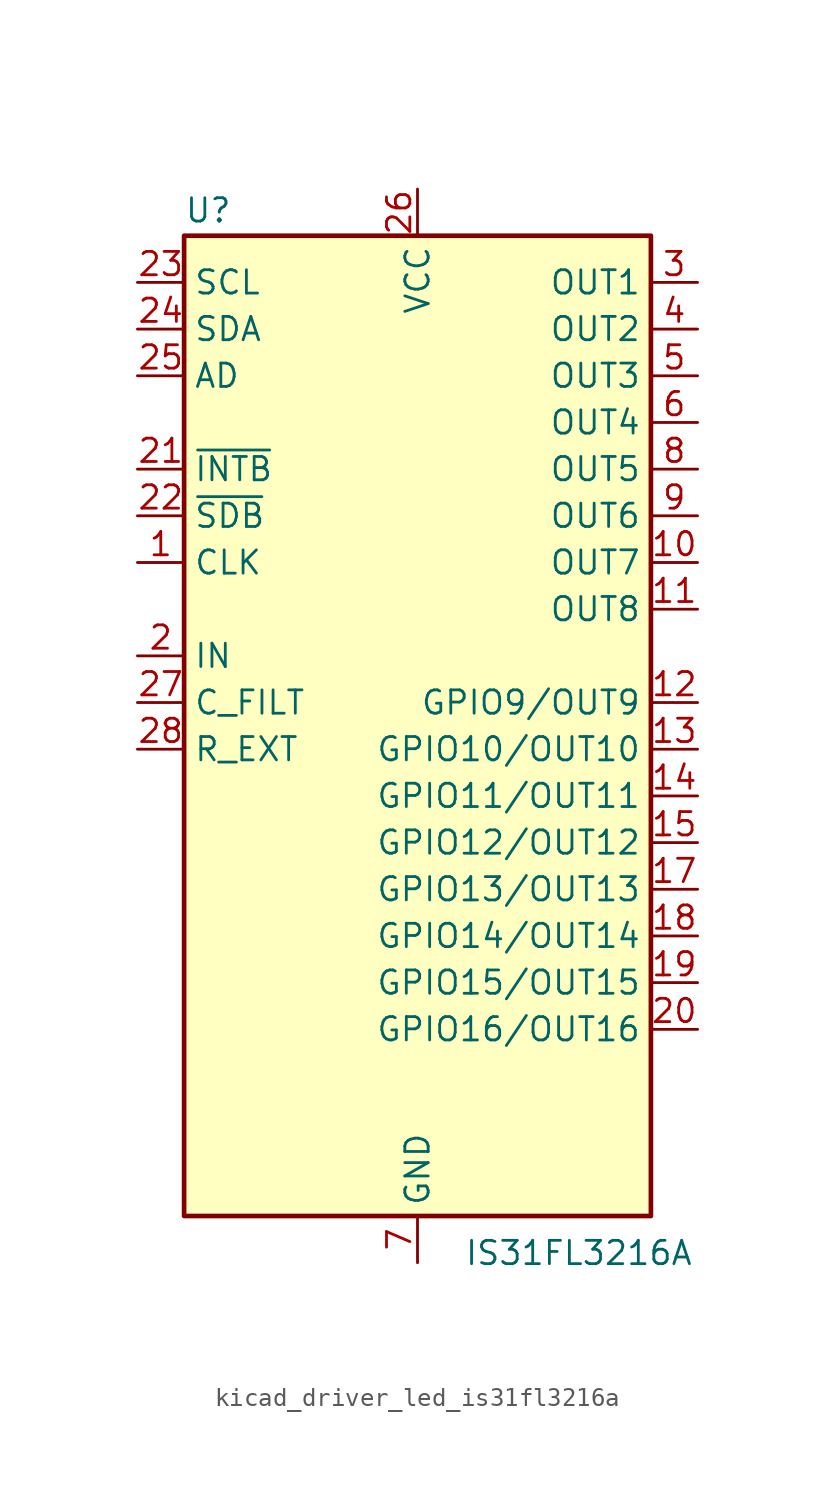
<source format=kicad_sym>
(kicad_symbol_lib
  (version 20220914)
  (generator kicad_symbol_editor)
  (symbol "kicad_driver_led_is31fl3216a"
    (property "Reference" "U"
      (at -12.7 23.495 0)
      (effects (font (size 1.27 1.27)) (justify left bottom)))
    (property "Value" "IS31FL3216A"
      (at 2.54 -31.75 0)
      (effects (font (size 1.27 1.27)) (justify left top)))
    (symbol "kicad_driver_led_is31fl3216a_0_1"
      (rectangle (start -12.7 22.86) (end 12.7 -30.48) (stroke (width 0.254) (type default)) (fill (type background))))
    (symbol "kicad_driver_led_is31fl3216a_1_1"
      (pin bidirectional line (at -15.24 5.08 0) (length 2.54) (name "CLK" (effects (font (size 1.27 1.27)))) (number "1" (effects (font (size 1.27 1.27)))))
      (pin open_collector line (at 15.24 5.08 180) (length 2.54) (name "OUT7" (effects (font (size 1.27 1.27)))) (number "10" (effects (font (size 1.27 1.27)))))
      (pin open_collector line (at 15.24 2.54 180) (length 2.54) (name "OUT8" (effects (font (size 1.27 1.27)))) (number "11" (effects (font (size 1.27 1.27)))))
      (pin bidirectional line (at 15.24 -2.54 180) (length 2.54) (name "GPIO9/OUT9" (effects (font (size 1.27 1.27)))) (number "12" (effects (font (size 1.27 1.27)))))
      (pin bidirectional line (at 15.24 -5.08 180) (length 2.54) (name "GPIO10/OUT10" (effects (font (size 1.27 1.27)))) (number "13" (effects (font (size 1.27 1.27)))))
      (pin bidirectional line (at 15.24 -7.62 180) (length 2.54) (name "GPIO11/OUT11" (effects (font (size 1.27 1.27)))) (number "14" (effects (font (size 1.27 1.27)))))
      (pin bidirectional line (at 15.24 -10.16 180) (length 2.54) (name "GPIO12/OUT12" (effects (font (size 1.27 1.27)))) (number "15" (effects (font (size 1.27 1.27)))))
      (pin passive line (at 0 -33.02 90) (length 2.54) hide (name "GND" (effects (font (size 1.27 1.27)))) (number "16" (effects (font (size 1.27 1.27)))))
      (pin bidirectional line (at 15.24 -12.7 180) (length 2.54) (name "GPIO13/OUT13" (effects (font (size 1.27 1.27)))) (number "17" (effects (font (size 1.27 1.27)))))
      (pin bidirectional line (at 15.24 -15.24 180) (length 2.54) (name "GPIO14/OUT14" (effects (font (size 1.27 1.27)))) (number "18" (effects (font (size 1.27 1.27)))))
      (pin bidirectional line (at 15.24 -17.78 180) (length 2.54) (name "GPIO15/OUT15" (effects (font (size 1.27 1.27)))) (number "19" (effects (font (size 1.27 1.27)))))
      (pin input line (at -15.24 0 0) (length 2.54) (name "IN" (effects (font (size 1.27 1.27)))) (number "2" (effects (font (size 1.27 1.27)))))
      (pin bidirectional line (at 15.24 -20.32 180) (length 2.54) (name "GPIO16/OUT16" (effects (font (size 1.27 1.27)))) (number "20" (effects (font (size 1.27 1.27)))))
      (pin output line (at -15.24 10.16 0) (length 2.54) (name "~{INTB}" (effects (font (size 1.27 1.27)))) (number "21" (effects (font (size 1.27 1.27)))))
      (pin input line (at -15.24 7.62 0) (length 2.54) (name "~{SDB}" (effects (font (size 1.27 1.27)))) (number "22" (effects (font (size 1.27 1.27)))))
      (pin input line (at -15.24 20.32 0) (length 2.54) (name "SCL" (effects (font (size 1.27 1.27)))) (number "23" (effects (font (size 1.27 1.27)))))
      (pin bidirectional line (at -15.24 17.78 0) (length 2.54) (name "SDA" (effects (font (size 1.27 1.27)))) (number "24" (effects (font (size 1.27 1.27)))))
      (pin input line (at -15.24 15.24 0) (length 2.54) (name "AD" (effects (font (size 1.27 1.27)))) (number "25" (effects (font (size 1.27 1.27)))))
      (pin power_in line (at 0 25.4 270) (length 2.54) (name "VCC" (effects (font (size 1.27 1.27)))) (number "26" (effects (font (size 1.27 1.27)))))
      (pin passive line (at -15.24 -2.54 0) (length 2.54) (name "C_FILT" (effects (font (size 1.27 1.27)))) (number "27" (effects (font (size 1.27 1.27)))))
      (pin passive line (at -15.24 -5.08 0) (length 2.54) (name "R_EXT" (effects (font (size 1.27 1.27)))) (number "28" (effects (font (size 1.27 1.27)))))
      (pin passive line (at 0 -33.02 90) (length 2.54) hide (name "GND" (effects (font (size 1.27 1.27)))) (number "29" (effects (font (size 1.27 1.27)))))
      (pin open_collector line (at 15.24 20.32 180) (length 2.54) (name "OUT1" (effects (font (size 1.27 1.27)))) (number "3" (effects (font (size 1.27 1.27)))))
      (pin open_collector line (at 15.24 17.78 180) (length 2.54) (name "OUT2" (effects (font (size 1.27 1.27)))) (number "4" (effects (font (size 1.27 1.27)))))
      (pin open_collector line (at 15.24 15.24 180) (length 2.54) (name "OUT3" (effects (font (size 1.27 1.27)))) (number "5" (effects (font (size 1.27 1.27)))))
      (pin open_collector line (at 15.24 12.7 180) (length 2.54) (name "OUT4" (effects (font (size 1.27 1.27)))) (number "6" (effects (font (size 1.27 1.27)))))
      (pin power_in line (at 0 -33.02 90) (length 2.54) (name "GND" (effects (font (size 1.27 1.27)))) (number "7" (effects (font (size 1.27 1.27)))))
      (pin open_collector line (at 15.24 10.16 180) (length 2.54) (name "OUT5" (effects (font (size 1.27 1.27)))) (number "8" (effects (font (size 1.27 1.27)))))
      (pin open_collector line (at 15.24 7.62 180) (length 2.54) (name "OUT6" (effects (font (size 1.27 1.27)))) (number "9" (effects (font (size 1.27 1.27))))))))
</source>
